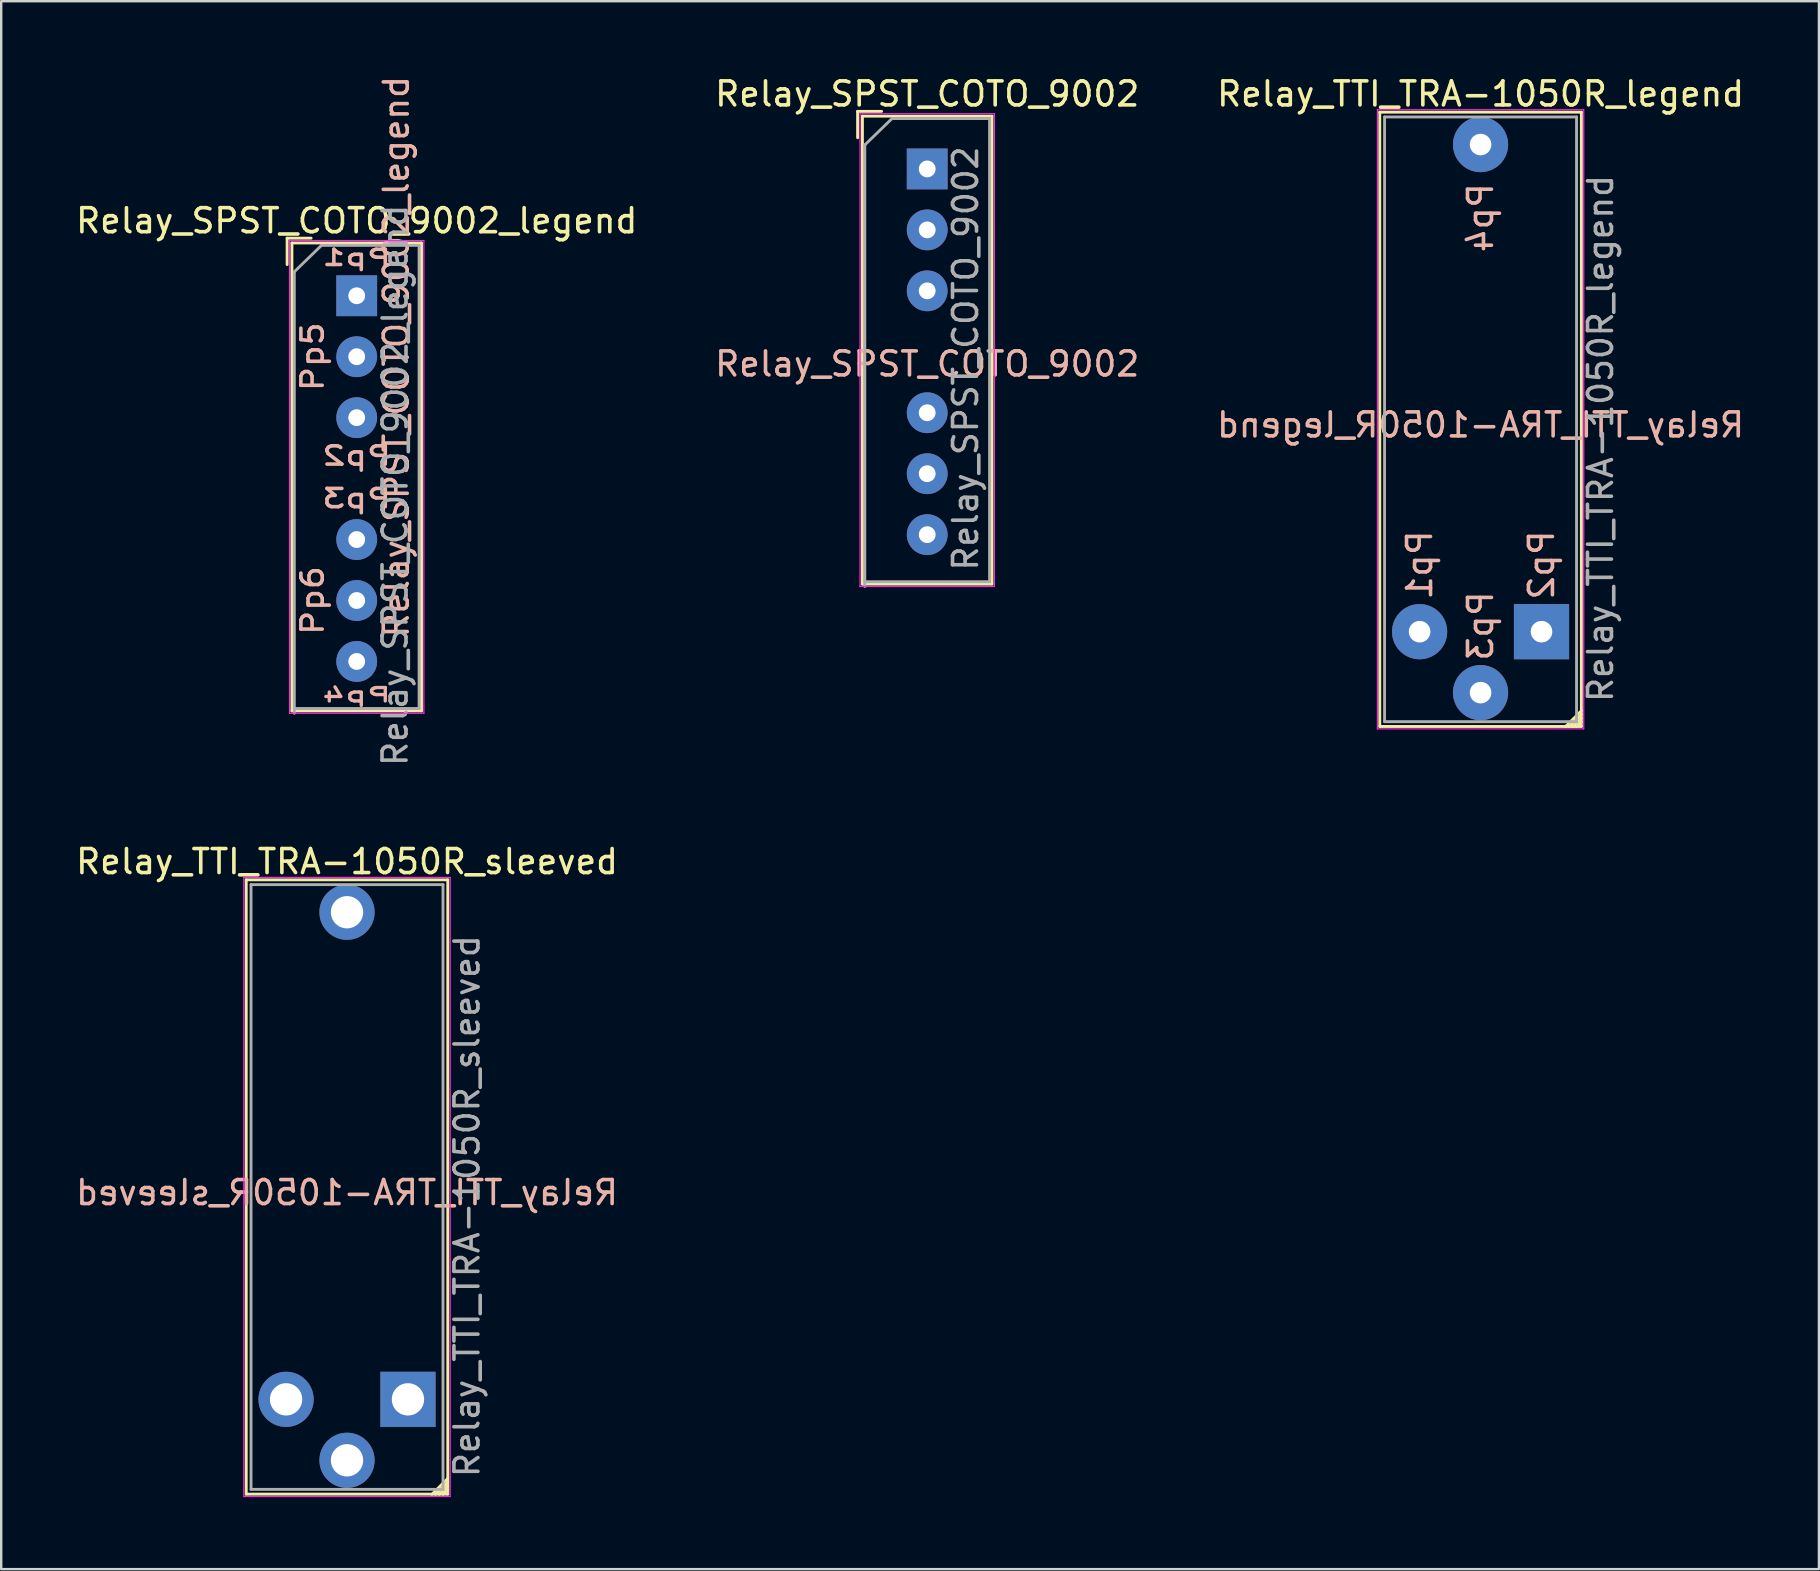
<source format=kicad_pcb>
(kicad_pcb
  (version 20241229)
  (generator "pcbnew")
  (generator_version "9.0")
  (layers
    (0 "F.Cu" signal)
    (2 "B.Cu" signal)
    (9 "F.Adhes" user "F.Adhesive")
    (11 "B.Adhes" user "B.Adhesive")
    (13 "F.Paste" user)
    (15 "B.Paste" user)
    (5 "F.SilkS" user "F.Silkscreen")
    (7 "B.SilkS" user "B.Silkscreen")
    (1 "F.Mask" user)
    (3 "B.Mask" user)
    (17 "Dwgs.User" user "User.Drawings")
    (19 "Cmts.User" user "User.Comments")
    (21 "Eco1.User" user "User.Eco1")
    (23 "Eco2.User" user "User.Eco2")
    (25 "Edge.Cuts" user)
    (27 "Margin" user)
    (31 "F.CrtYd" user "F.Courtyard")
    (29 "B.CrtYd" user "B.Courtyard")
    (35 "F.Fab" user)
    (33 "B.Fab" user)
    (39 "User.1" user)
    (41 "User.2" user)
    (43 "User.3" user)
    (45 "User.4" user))
  (footprint "Relay_SPST_COTO_9002_legend"
    (layer "F.Cu")
    (at 11.815 9.275)
    (property "Reference" "Relay_SPST_COTO_9002_legend" (at 0 -2.54 0) (layer "F.SilkS") (effects (font (size 1 1) (thickness 0.15)) (justify bottom)))
    (property "p4" "Pp4" (at 0 16.307 0) (layer "B.SilkS") (effects (font (size 0.559 1) (thickness 0.14)) (justify top mirror)))
    (property "p3" "Pp3" (at 0 8.89 0) (layer "B.SilkS") (effects (font (size 0.762 1) (thickness 0.15)) (justify bottom mirror)))
    (property "p1" "Pp1" (at 0 -1.219 0) (layer "B.SilkS") (effects (font (size 0.635 1) (thickness 0.15)) (justify bottom mirror)))
    (property "p2" "Pp2" (at 0 6.223 0) (layer "B.SilkS") (effects (font (size 0.762 1) (thickness 0.15)) (justify top mirror)))
    (property "p5" "Pp5" (at -1.321 2.54 90) (layer "B.SilkS") (effects (font (size 0.889 1) (thickness 0.15)) (justify bottom)))
    (property "p6" "Pp6" (at -1.321 12.7 90) (layer "B.SilkS") (effects (font (size 0.889 1) (thickness 0.15) (bold yes)) (justify bottom)))
    (property "BotReference" "${REFERENCE}" (at 1.651 2.54 90) (layer "B.SilkS") (effects (font (size 1 1) (thickness 0.15))))
    (attr through_hole)
    (fp_line (start -2.9 -2.4) (end -1.9 -2.4) (stroke (width 0.12) (type solid)) (layer "F.SilkS"))
    (fp_line (start -2.9 -1.3) (end -2.9 -2.4) (stroke (width 0.12) (type solid)) (layer "F.SilkS"))
    (fp_line (start -2.7 -2.2) (end 2.7 -2.2) (stroke (width 0.12) (type solid)) (layer "F.SilkS"))
    (fp_line (start -2.7 17.3) (end -2.7 -2.2) (stroke (width 0.12) (type solid)) (layer "F.SilkS"))
    (fp_line (start 2.7 -2.2) (end 2.7 17.3) (stroke (width 0.12) (type solid)) (layer "F.SilkS"))
    (fp_line (start 2.7 17.3) (end -2.7 17.3) (stroke (width 0.12) (type solid)) (layer "F.SilkS"))
    (fp_line (start -2.8 17.4) (end -2.8 -2.3) (stroke (width 0.05) (type solid)) (layer "F.CrtYd"))
    (fp_line (start -2.8 17.4) (end 2.8 17.4) (stroke (width 0.05) (type solid)) (layer "F.CrtYd"))
    (fp_line (start 2.8 -2.3) (end -2.8 -2.3) (stroke (width 0.05) (type solid)) (layer "F.CrtYd"))
    (fp_line (start 2.8 -2.3) (end 2.8 17.4) (stroke (width 0.05) (type solid)) (layer "F.CrtYd"))
    (fp_line (start -2.6 -1) (end -1.467 -2.1) (stroke (width 0.12) (type solid)) (layer "F.Fab"))
    (fp_line (start -2.6 17.4) (end -2.6 -1) (stroke (width 0.12) (type solid)) (layer "F.Fab"))
    (fp_line (start -1.467 -2.1) (end 2.6 -2.1) (stroke (width 0.12) (type solid)) (layer "F.Fab"))
    (fp_line (start 2.6 -2.1) (end 2.6 17.2) (stroke (width 0.12) (type solid)) (layer "F.Fab"))
    (fp_line (start 2.6 17.2) (end -2.6 17.2) (stroke (width 0.12) (type solid)) (layer "F.Fab"))
    (fp_text user "${REFERENCE}" (at 1.6 7.9 270) (layer "F.Fab") (effects (font (size 1 1) (thickness 0.15))))
    (pad "1" thru_hole rect (at 0 0 270) (size 1.7 1.7) (drill 0.7) (layers "*.Cu" "*.Mask"))
    (pad "2" thru_hole circle (at 0 5.08 270) (size 1.7 1.7) (drill 0.7) (layers "*.Cu" "*.Mask"))
    (pad "3" thru_hole circle (at 0 10.16 270) (size 1.7 1.7) (drill 0.7) (layers "*.Cu" "*.Mask"))
    (pad "4" thru_hole circle (at 0 15.24 270) (size 1.7 1.7) (drill 0.7) (layers "*.Cu" "*.Mask"))
    (pad "5" thru_hole circle (at 0 2.54 270) (size 1.7 1.7) (drill 0.7) (layers "*.Cu" "*.Mask"))
    (pad "6" thru_hole circle (at 0 12.7 270) (size 1.7 1.7) (drill 0.7) (layers "*.Cu" "*.Mask")))
  (footprint "Relay_TTI_TRA-1050R_sleeved"
    (layer "F.Cu")
    (at 11.411 34.965)
    (property "Reference" "Relay_TTI_TRA-1050R_sleeved" (at 0 -1.524 0) (layer "F.SilkS") (effects (font (size 1 1) (thickness 0.15)) (justify bottom)))
    (property "BotReference" "${REFERENCE}" (at 0 11.684 0) (layer "B.SilkS") (effects (font (size 1 1) (thickness 0.15)) (justify mirror)))
    (attr through_hole)
    (fp_line (start -4.2 -1.35) (end 4.2 -1.35) (stroke (width 0.12) (type solid)) (layer "F.SilkS"))
    (fp_line (start -4.2 24.25) (end -4.2 -1.35) (stroke (width 0.12) (type solid)) (layer "F.SilkS"))
    (fp_line (start 4.2 -1.35) (end 4.2 24.25) (stroke (width 0.12) (type solid)) (layer "F.SilkS"))
    (fp_line (start 4.2 23.598) (end 3.54 24.258) (stroke (width 0.12) (type solid)) (layer "F.SilkS"))
    (fp_line (start 4.2 23.75) (end 3.692 24.258) (stroke (width 0.12) (type solid)) (layer "F.SilkS"))
    (fp_line (start 4.2 23.902) (end 3.844 24.258) (stroke (width 0.12) (type solid)) (layer "F.SilkS"))
    (fp_line (start 4.2 24.055) (end 3.997 24.258) (stroke (width 0.12) (type solid)) (layer "F.SilkS"))
    (fp_line (start 4.2 24.25) (end -4.2 24.25) (stroke (width 0.12) (type solid)) (layer "F.SilkS"))
    (fp_line (start -4.3 24.35) (end -4.3 -1.45) (stroke (width 0.05) (type solid)) (layer "F.CrtYd"))
    (fp_line (start -4.3 24.35) (end 4.3 24.35) (stroke (width 0.05) (type solid)) (layer "F.CrtYd"))
    (fp_line (start 4.3 -1.45) (end -4.3 -1.45) (stroke (width 0.05) (type solid)) (layer "F.CrtYd"))
    (fp_line (start 4.3 -1.45) (end 4.3 24.35) (stroke (width 0.05) (type solid)) (layer "F.CrtYd"))
    (fp_line (start -4 -1.15) (end 4 -1.15) (stroke (width 0.12) (type solid)) (layer "F.Fab"))
    (fp_line (start -4 24.05) (end -4 -1.15) (stroke (width 0.12) (type solid)) (layer "F.Fab"))
    (fp_line (start 4 -1.15) (end 4 24.05) (stroke (width 0.12) (type solid)) (layer "F.Fab"))
    (fp_line (start 4 24.05) (end -4 24.05) (stroke (width 0.12) (type solid)) (layer "F.Fab"))
    (fp_text user "${REFERENCE}" (at 5 12.25 270) (layer "F.Fab") (effects (font (size 1 1) (thickness 0.15))))
    (pad "1" thru_hole circle (at -2.54 20.3 270) (size 2.3 2.3) (drill 1.346) (layers "*.Cu" "*.Mask"))
    (pad "2" thru_hole rect (at 2.54 20.3 270) (size 2.3 2.3) (drill 1.346) (layers "*.Cu" "*.Mask"))
    (pad "3" thru_hole circle (at 0 22.84 270) (size 2.3 2.3) (drill 1.346) (layers "*.Cu" "*.Mask"))
    (pad "4" thru_hole circle (at 0 0 270) (size 2.3 2.3) (drill 1.346) (layers "*.Cu" "*.Mask")))
  (footprint "Relay_TTI_TRA-1050R_legend"
    (layer "F.Cu")
    (at 58.649 2.974)
    (property "Reference" "Relay_TTI_TRA-1050R_legend" (at 0 -1.524 0) (layer "F.SilkS") (effects (font (size 1 1) (thickness 0.15)) (justify bottom)))
    (property "BotReference" "${REFERENCE}" (at 0 11.684 0) (layer "B.SilkS") (effects (font (size 1 1) (thickness 0.15)) (justify mirror)))
    (property "p1" "Pp1" (at -2.54 19.05 90) (layer "B.SilkS") (effects (font (size 1 1) (thickness 0.15)) (justify right mirror)))
    (property "p2" "Pp2" (at 2.54 19.05 90) (layer "B.SilkS") (effects (font (size 1 1) (thickness 0.15)) (justify right mirror)))
    (property "p3" "Pp3" (at 0 21.59 90) (layer "B.SilkS") (effects (font (size 1 1) (thickness 0.15)) (justify right mirror)))
    (property "p4" "Pp4" (at 0 1.524 90) (layer "B.SilkS") (effects (font (size 1 1) (thickness 0.15)) (justify left mirror)))
    (attr through_hole)
    (fp_line (start -4.2 -1.35) (end 4.2 -1.35) (stroke (width 0.12) (type solid)) (layer "F.SilkS"))
    (fp_line (start -4.2 24.25) (end -4.2 -1.35) (stroke (width 0.12) (type solid)) (layer "F.SilkS"))
    (fp_line (start 4.2 -1.35) (end 4.2 24.25) (stroke (width 0.12) (type solid)) (layer "F.SilkS"))
    (fp_line (start 4.2 23.598) (end 3.54 24.258) (stroke (width 0.12) (type solid)) (layer "F.SilkS"))
    (fp_line (start 4.2 23.75) (end 3.692 24.258) (stroke (width 0.12) (type solid)) (layer "F.SilkS"))
    (fp_line (start 4.2 23.902) (end 3.844 24.258) (stroke (width 0.12) (type solid)) (layer "F.SilkS"))
    (fp_line (start 4.2 24.055) (end 3.997 24.258) (stroke (width 0.12) (type solid)) (layer "F.SilkS"))
    (fp_line (start 4.2 24.25) (end -4.2 24.25) (stroke (width 0.12) (type solid)) (layer "F.SilkS"))
    (fp_line (start -4.3 24.35) (end -4.3 -1.45) (stroke (width 0.05) (type solid)) (layer "F.CrtYd"))
    (fp_line (start -4.3 24.35) (end 4.3 24.35) (stroke (width 0.05) (type solid)) (layer "F.CrtYd"))
    (fp_line (start 4.3 -1.45) (end -4.3 -1.45) (stroke (width 0.05) (type solid)) (layer "F.CrtYd"))
    (fp_line (start 4.3 -1.45) (end 4.3 24.35) (stroke (width 0.05) (type solid)) (layer "F.CrtYd"))
    (fp_line (start -4 -1.15) (end 4 -1.15) (stroke (width 0.12) (type solid)) (layer "F.Fab"))
    (fp_line (start -4 24.05) (end -4 -1.15) (stroke (width 0.12) (type solid)) (layer "F.Fab"))
    (fp_line (start 4 -1.15) (end 4 24.05) (stroke (width 0.12) (type solid)) (layer "F.Fab"))
    (fp_line (start 4 24.05) (end -4 24.05) (stroke (width 0.12) (type solid)) (layer "F.Fab"))
    (fp_text user "${REFERENCE}" (at 5 12.25 270) (layer "F.Fab") (effects (font (size 1 1) (thickness 0.15))))
    (pad "1" thru_hole circle (at -2.54 20.3 270) (size 2.3 2.3) (drill 0.9) (layers "*.Cu" "*.Mask"))
    (pad "2" thru_hole rect (at 2.54 20.3 270) (size 2.3 2.3) (drill 0.9) (layers "*.Cu" "*.Mask"))
    (pad "3" thru_hole circle (at 0 22.84 270) (size 2.3 2.3) (drill 0.9) (layers "*.Cu" "*.Mask"))
    (pad "4" thru_hole circle (at 0 0 270) (size 2.3 2.3) (drill 0.9) (layers "*.Cu" "*.Mask")))
  (footprint "Relay_SPST_COTO_9002"
    (layer "F.Cu")
    (at 35.589 3.99)
    (property "Reference" "Relay_SPST_COTO_9002" (at 0 -2.54 0) (layer "F.SilkS") (effects (font (size 1 1) (thickness 0.15)) (justify bottom)))
    (property "BotReference" "${REFERENCE}" (at 0 8.128 0) (layer "B.SilkS") (effects (font (size 1 1) (thickness 0.15))))
    (attr through_hole)
    (fp_line (start -2.9 -2.4) (end -1.9 -2.4) (stroke (width 0.12) (type solid)) (layer "F.SilkS"))
    (fp_line (start -2.9 -1.3) (end -2.9 -2.4) (stroke (width 0.12) (type solid)) (layer "F.SilkS"))
    (fp_line (start -2.7 -2.2) (end 2.7 -2.2) (stroke (width 0.12) (type solid)) (layer "F.SilkS"))
    (fp_line (start -2.7 17.3) (end -2.7 -2.2) (stroke (width 0.12) (type solid)) (layer "F.SilkS"))
    (fp_line (start 2.7 -2.2) (end 2.7 17.3) (stroke (width 0.12) (type solid)) (layer "F.SilkS"))
    (fp_line (start 2.7 17.3) (end -2.7 17.3) (stroke (width 0.12) (type solid)) (layer "F.SilkS"))
    (fp_line (start -2.8 17.4) (end -2.8 -2.3) (stroke (width 0.05) (type solid)) (layer "F.CrtYd"))
    (fp_line (start -2.8 17.4) (end 2.8 17.4) (stroke (width 0.05) (type solid)) (layer "F.CrtYd"))
    (fp_line (start 2.8 -2.3) (end -2.8 -2.3) (stroke (width 0.05) (type solid)) (layer "F.CrtYd"))
    (fp_line (start 2.8 -2.3) (end 2.8 17.4) (stroke (width 0.05) (type solid)) (layer "F.CrtYd"))
    (fp_line (start -2.6 -1) (end -1.467 -2.1) (stroke (width 0.12) (type solid)) (layer "F.Fab"))
    (fp_line (start -2.6 17.4) (end -2.6 -1) (stroke (width 0.12) (type solid)) (layer "F.Fab"))
    (fp_line (start -1.467 -2.1) (end 2.6 -2.1) (stroke (width 0.12) (type solid)) (layer "F.Fab"))
    (fp_line (start 2.6 -2.1) (end 2.6 17.2) (stroke (width 0.12) (type solid)) (layer "F.Fab"))
    (fp_line (start 2.6 17.2) (end -2.6 17.2) (stroke (width 0.12) (type solid)) (layer "F.Fab"))
    (fp_text user "${REFERENCE}" (at 1.6 7.9 270) (layer "F.Fab") (effects (font (size 1 1) (thickness 0.15))))
    (pad "1" thru_hole rect (at 0 0 270) (size 1.7 1.7) (drill 0.7) (layers "*.Cu" "*.Mask"))
    (pad "2" thru_hole circle (at 0 5.08 270) (size 1.7 1.7) (drill 0.7) (layers "*.Cu" "*.Mask"))
    (pad "3" thru_hole circle (at 0 10.16 270) (size 1.7 1.7) (drill 0.7) (layers "*.Cu" "*.Mask"))
    (pad "4" thru_hole circle (at 0 15.24 270) (size 1.7 1.7) (drill 0.7) (layers "*.Cu" "*.Mask"))
    (pad "5" thru_hole circle (at 0 2.54 270) (size 1.7 1.7) (drill 0.7) (layers "*.Cu" "*.Mask"))
    (pad "6" thru_hole circle (at 0 12.7 270) (size 1.7 1.7) (drill 0.7) (layers "*.Cu" "*.Mask")))
  (gr_rect
    (start -3 -3)
    (end 72.75 62.34)
    (stroke (width 0.1) (type default))
    (fill no)
    (layer "Edge.Cuts")))
</source>
